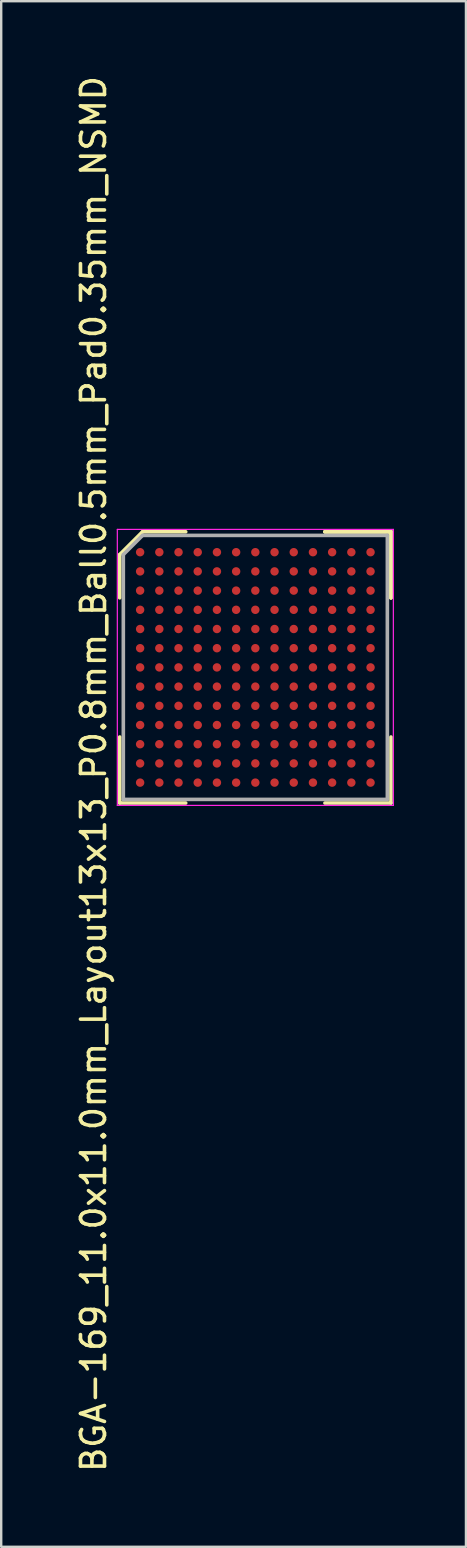
<source format=kicad_pcb>
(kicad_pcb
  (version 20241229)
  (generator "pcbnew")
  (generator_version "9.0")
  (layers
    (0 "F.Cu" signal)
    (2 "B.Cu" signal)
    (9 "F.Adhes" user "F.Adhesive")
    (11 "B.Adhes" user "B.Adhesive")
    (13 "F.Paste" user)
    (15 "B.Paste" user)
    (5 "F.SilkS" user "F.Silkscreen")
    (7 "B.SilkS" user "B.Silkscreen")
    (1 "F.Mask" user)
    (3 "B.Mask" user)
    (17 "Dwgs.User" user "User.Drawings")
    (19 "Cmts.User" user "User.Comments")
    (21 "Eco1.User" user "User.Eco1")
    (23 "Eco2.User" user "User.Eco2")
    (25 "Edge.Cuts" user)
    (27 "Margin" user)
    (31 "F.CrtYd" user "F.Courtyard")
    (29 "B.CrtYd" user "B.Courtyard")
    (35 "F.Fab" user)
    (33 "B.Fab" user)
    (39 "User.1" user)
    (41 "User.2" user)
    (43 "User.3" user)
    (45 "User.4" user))
  (footprint "BGA-169_11.0x11.0mm_Layout13x13_P0.8mm_Ball0.5mm_Pad0.35mm_NSMD"
    (layer "F.Cu")
    (at 7.588 24.756)
    (property "Reference" "BGA-169_11.0x11.0mm_Layout13x13_P0.8mm_Ball0.5mm_Pad0.35mm_NSMD" (at -6.74 4.44 270) (layer "F.SilkS") (effects (font (size 1 1) (thickness 0.15))))
    (attr smd)
    (fp_line (start -5.65 -4.7) (end -5.65 -2.9) (stroke (width 0.15) (type solid)) (layer "F.SilkS"))
    (fp_line (start -5.65 5.65) (end -5.65 2.9) (stroke (width 0.15) (type solid)) (layer "F.SilkS"))
    (fp_line (start -4.7 -5.65) (end -5.65 -4.7) (stroke (width 0.15) (type solid)) (layer "F.SilkS"))
    (fp_line (start -2.9 -5.65) (end -4.7 -5.65) (stroke (width 0.15) (type solid)) (layer "F.SilkS"))
    (fp_line (start -2.9 5.65) (end -5.65 5.65) (stroke (width 0.15) (type solid)) (layer "F.SilkS"))
    (fp_line (start 2.9 -5.65) (end 5.65 -5.65) (stroke (width 0.15) (type solid)) (layer "F.SilkS"))
    (fp_line (start 2.9 -5.65) (end 5.65 -5.65) (stroke (width 0.15) (type solid)) (layer "F.SilkS"))
    (fp_line (start 2.9 -5.65) (end 5.65 -5.65) (stroke (width 0.15) (type solid)) (layer "F.SilkS"))
    (fp_line (start 2.9 5.65) (end 5.65 5.65) (stroke (width 0.15) (type solid)) (layer "F.SilkS"))
    (fp_line (start 5.65 -5.65) (end 5.65 -2.9) (stroke (width 0.15) (type solid)) (layer "F.SilkS"))
    (fp_line (start 5.65 -5.65) (end 5.65 -2.9) (stroke (width 0.15) (type solid)) (layer "F.SilkS"))
    (fp_line (start 5.65 -5.65) (end 5.65 -2.9) (stroke (width 0.15) (type solid)) (layer "F.SilkS"))
    (fp_line (start 5.65 5.65) (end 5.65 2.9) (stroke (width 0.15) (type solid)) (layer "F.SilkS"))
    (fp_line (start -5.75 -5.75) (end 5.75 -5.75) (stroke (width 0.05) (type solid)) (layer "F.CrtYd"))
    (fp_line (start -5.75 5.75) (end -5.75 -5.75) (stroke (width 0.05) (type solid)) (layer "F.CrtYd"))
    (fp_line (start 5.75 -5.75) (end 5.75 5.75) (stroke (width 0.05) (type solid)) (layer "F.CrtYd"))
    (fp_line (start 5.75 5.75) (end -5.75 5.75) (stroke (width 0.05) (type solid)) (layer "F.CrtYd"))
    (fp_line (start -5.5 -4.7) (end -5.5 5.5) (stroke (width 0.15) (type solid)) (layer "F.Fab"))
    (fp_line (start -5.5 5.5) (end 5.5 5.5) (stroke (width 0.15) (type solid)) (layer "F.Fab"))
    (fp_line (start -4.7 -5.5) (end -5.5 -4.7) (stroke (width 0.15) (type solid)) (layer "F.Fab"))
    (fp_line (start 5.5 -5.5) (end -4.7 -5.5) (stroke (width 0.15) (type solid)) (layer "F.Fab"))
    (fp_line (start 5.5 5.5) (end 5.5 -5.5) (stroke (width 0.15) (type solid)) (layer "F.Fab"))
    (pad "A1" smd circle (at -4.8 -4.8) (size 0.35 0.35) (layers "F.Cu" "F.Mask" "F.Paste"))
    (pad "A2" smd circle (at -4 -4.8) (size 0.35 0.35) (layers "F.Cu" "F.Mask" "F.Paste"))
    (pad "A3" smd circle (at -3.2 -4.8) (size 0.35 0.35) (layers "F.Cu" "F.Mask" "F.Paste"))
    (pad "A4" smd circle (at -2.4 -4.8) (size 0.35 0.35) (layers "F.Cu" "F.Mask" "F.Paste"))
    (pad "A5" smd circle (at -1.6 -4.8) (size 0.35 0.35) (layers "F.Cu" "F.Mask" "F.Paste"))
    (pad "A6" smd circle (at -0.8 -4.8) (size 0.35 0.35) (layers "F.Cu" "F.Mask" "F.Paste"))
    (pad "A7" smd circle (at 0 -4.8) (size 0.35 0.35) (layers "F.Cu" "F.Mask" "F.Paste"))
    (pad "A8" smd circle (at 0.8 -4.8) (size 0.35 0.35) (layers "F.Cu" "F.Mask" "F.Paste"))
    (pad "A9" smd circle (at 1.6 -4.8) (size 0.35 0.35) (layers "F.Cu" "F.Mask" "F.Paste"))
    (pad "A10" smd circle (at 2.4 -4.8) (size 0.35 0.35) (layers "F.Cu" "F.Mask" "F.Paste"))
    (pad "A11" smd circle (at 3.2 -4.8) (size 0.35 0.35) (layers "F.Cu" "F.Mask" "F.Paste"))
    (pad "A12" smd circle (at 4 -4.8) (size 0.35 0.35) (layers "F.Cu" "F.Mask" "F.Paste"))
    (pad "A13" smd circle (at 4.8 -4.8) (size 0.35 0.35) (layers "F.Cu" "F.Mask" "F.Paste"))
    (pad "B1" smd circle (at -4.8 -4) (size 0.35 0.35) (layers "F.Cu" "F.Mask" "F.Paste"))
    (pad "B2" smd circle (at -4 -4) (size 0.35 0.35) (layers "F.Cu" "F.Mask" "F.Paste"))
    (pad "B3" smd circle (at -3.2 -4) (size 0.35 0.35) (layers "F.Cu" "F.Mask" "F.Paste"))
    (pad "B4" smd circle (at -2.4 -4) (size 0.35 0.35) (layers "F.Cu" "F.Mask" "F.Paste"))
    (pad "B5" smd circle (at -1.6 -4) (size 0.35 0.35) (layers "F.Cu" "F.Mask" "F.Paste"))
    (pad "B6" smd circle (at -0.8 -4) (size 0.35 0.35) (layers "F.Cu" "F.Mask" "F.Paste"))
    (pad "B7" smd circle (at 0 -4) (size 0.35 0.35) (layers "F.Cu" "F.Mask" "F.Paste"))
    (pad "B8" smd circle (at 0.8 -4) (size 0.35 0.35) (layers "F.Cu" "F.Mask" "F.Paste"))
    (pad "B9" smd circle (at 1.6 -4) (size 0.35 0.35) (layers "F.Cu" "F.Mask" "F.Paste"))
    (pad "B10" smd circle (at 2.4 -4) (size 0.35 0.35) (layers "F.Cu" "F.Mask" "F.Paste"))
    (pad "B11" smd circle (at 3.2 -4) (size 0.35 0.35) (layers "F.Cu" "F.Mask" "F.Paste"))
    (pad "B12" smd circle (at 4 -4) (size 0.35 0.35) (layers "F.Cu" "F.Mask" "F.Paste"))
    (pad "B13" smd circle (at 4.8 -4) (size 0.35 0.35) (layers "F.Cu" "F.Mask" "F.Paste"))
    (pad "C1" smd circle (at -4.8 -3.2) (size 0.35 0.35) (layers "F.Cu" "F.Mask" "F.Paste"))
    (pad "C2" smd circle (at -4 -3.2) (size 0.35 0.35) (layers "F.Cu" "F.Mask" "F.Paste"))
    (pad "C3" smd circle (at -3.2 -3.2) (size 0.35 0.35) (layers "F.Cu" "F.Mask" "F.Paste"))
    (pad "C4" smd circle (at -2.4 -3.2) (size 0.35 0.35) (layers "F.Cu" "F.Mask" "F.Paste"))
    (pad "C5" smd circle (at -1.6 -3.2) (size 0.35 0.35) (layers "F.Cu" "F.Mask" "F.Paste"))
    (pad "C6" smd circle (at -0.8 -3.2) (size 0.35 0.35) (layers "F.Cu" "F.Mask" "F.Paste"))
    (pad "C7" smd circle (at 0 -3.2) (size 0.35 0.35) (layers "F.Cu" "F.Mask" "F.Paste"))
    (pad "C8" smd circle (at 0.8 -3.2) (size 0.35 0.35) (layers "F.Cu" "F.Mask" "F.Paste"))
    (pad "C9" smd circle (at 1.6 -3.2) (size 0.35 0.35) (layers "F.Cu" "F.Mask" "F.Paste"))
    (pad "C10" smd circle (at 2.4 -3.2) (size 0.35 0.35) (layers "F.Cu" "F.Mask" "F.Paste"))
    (pad "C11" smd circle (at 3.2 -3.2) (size 0.35 0.35) (layers "F.Cu" "F.Mask" "F.Paste"))
    (pad "C12" smd circle (at 4 -3.2) (size 0.35 0.35) (layers "F.Cu" "F.Mask" "F.Paste"))
    (pad "C13" smd circle (at 4.8 -3.2) (size 0.35 0.35) (layers "F.Cu" "F.Mask" "F.Paste"))
    (pad "D1" smd circle (at -4.8 -2.4) (size 0.35 0.35) (layers "F.Cu" "F.Mask" "F.Paste"))
    (pad "D2" smd circle (at -4 -2.4) (size 0.35 0.35) (layers "F.Cu" "F.Mask" "F.Paste"))
    (pad "D3" smd circle (at -3.2 -2.4) (size 0.35 0.35) (layers "F.Cu" "F.Mask" "F.Paste"))
    (pad "D4" smd circle (at -2.4 -2.4) (size 0.35 0.35) (layers "F.Cu" "F.Mask" "F.Paste"))
    (pad "D5" smd circle (at -1.6 -2.4) (size 0.35 0.35) (layers "F.Cu" "F.Mask" "F.Paste"))
    (pad "D6" smd circle (at -0.8 -2.4) (size 0.35 0.35) (layers "F.Cu" "F.Mask" "F.Paste"))
    (pad "D7" smd circle (at 0 -2.4) (size 0.35 0.35) (layers "F.Cu" "F.Mask" "F.Paste"))
    (pad "D8" smd circle (at 0.8 -2.4) (size 0.35 0.35) (layers "F.Cu" "F.Mask" "F.Paste"))
    (pad "D9" smd circle (at 1.6 -2.4) (size 0.35 0.35) (layers "F.Cu" "F.Mask" "F.Paste"))
    (pad "D10" smd circle (at 2.4 -2.4) (size 0.35 0.35) (layers "F.Cu" "F.Mask" "F.Paste"))
    (pad "D11" smd circle (at 3.2 -2.4) (size 0.35 0.35) (layers "F.Cu" "F.Mask" "F.Paste"))
    (pad "D12" smd circle (at 4 -2.4) (size 0.35 0.35) (layers "F.Cu" "F.Mask" "F.Paste"))
    (pad "D13" smd circle (at 4.8 -2.4) (size 0.35 0.35) (layers "F.Cu" "F.Mask" "F.Paste"))
    (pad "E1" smd circle (at -4.8 -1.6) (size 0.35 0.35) (layers "F.Cu" "F.Mask" "F.Paste"))
    (pad "E2" smd circle (at -4 -1.6) (size 0.35 0.35) (layers "F.Cu" "F.Mask" "F.Paste"))
    (pad "E3" smd circle (at -3.2 -1.6) (size 0.35 0.35) (layers "F.Cu" "F.Mask" "F.Paste"))
    (pad "E4" smd circle (at -2.4 -1.6) (size 0.35 0.35) (layers "F.Cu" "F.Mask" "F.Paste"))
    (pad "E5" smd circle (at -1.6 -1.6) (size 0.35 0.35) (layers "F.Cu" "F.Mask" "F.Paste"))
    (pad "E6" smd circle (at -0.8 -1.6) (size 0.35 0.35) (layers "F.Cu" "F.Mask" "F.Paste"))
    (pad "E7" smd circle (at 0 -1.6) (size 0.35 0.35) (layers "F.Cu" "F.Mask" "F.Paste"))
    (pad "E8" smd circle (at 0.8 -1.6) (size 0.35 0.35) (layers "F.Cu" "F.Mask" "F.Paste"))
    (pad "E9" smd circle (at 1.6 -1.6) (size 0.35 0.35) (layers "F.Cu" "F.Mask" "F.Paste"))
    (pad "E10" smd circle (at 2.4 -1.6) (size 0.35 0.35) (layers "F.Cu" "F.Mask" "F.Paste"))
    (pad "E11" smd circle (at 3.2 -1.6) (size 0.35 0.35) (layers "F.Cu" "F.Mask" "F.Paste"))
    (pad "E12" smd circle (at 4 -1.6) (size 0.35 0.35) (layers "F.Cu" "F.Mask" "F.Paste"))
    (pad "E13" smd circle (at 4.8 -1.6) (size 0.35 0.35) (layers "F.Cu" "F.Mask" "F.Paste"))
    (pad "F1" smd circle (at -4.8 -0.8) (size 0.35 0.35) (layers "F.Cu" "F.Mask" "F.Paste"))
    (pad "F2" smd circle (at -4 -0.8) (size 0.35 0.35) (layers "F.Cu" "F.Mask" "F.Paste"))
    (pad "F3" smd circle (at -3.2 -0.8) (size 0.35 0.35) (layers "F.Cu" "F.Mask" "F.Paste"))
    (pad "F4" smd circle (at -2.4 -0.8) (size 0.35 0.35) (layers "F.Cu" "F.Mask" "F.Paste"))
    (pad "F5" smd circle (at -1.6 -0.8) (size 0.35 0.35) (layers "F.Cu" "F.Mask" "F.Paste"))
    (pad "F6" smd circle (at -0.8 -0.8) (size 0.35 0.35) (layers "F.Cu" "F.Mask" "F.Paste"))
    (pad "F7" smd circle (at 0 -0.8) (size 0.35 0.35) (layers "F.Cu" "F.Mask" "F.Paste"))
    (pad "F8" smd circle (at 0.8 -0.8) (size 0.35 0.35) (layers "F.Cu" "F.Mask" "F.Paste"))
    (pad "F9" smd circle (at 1.6 -0.8) (size 0.35 0.35) (layers "F.Cu" "F.Mask" "F.Paste"))
    (pad "F10" smd circle (at 2.4 -0.8) (size 0.35 0.35) (layers "F.Cu" "F.Mask" "F.Paste"))
    (pad "F11" smd circle (at 3.2 -0.8) (size 0.35 0.35) (layers "F.Cu" "F.Mask" "F.Paste"))
    (pad "F12" smd circle (at 4 -0.8) (size 0.35 0.35) (layers "F.Cu" "F.Mask" "F.Paste"))
    (pad "F13" smd circle (at 4.8 -0.8) (size 0.35 0.35) (layers "F.Cu" "F.Mask" "F.Paste"))
    (pad "G1" smd circle (at -4.8 0) (size 0.35 0.35) (layers "F.Cu" "F.Mask" "F.Paste"))
    (pad "G2" smd circle (at -4 0) (size 0.35 0.35) (layers "F.Cu" "F.Mask" "F.Paste"))
    (pad "G3" smd circle (at -3.2 0) (size 0.35 0.35) (layers "F.Cu" "F.Mask" "F.Paste"))
    (pad "G4" smd circle (at -2.4 0) (size 0.35 0.35) (layers "F.Cu" "F.Mask" "F.Paste"))
    (pad "G5" smd circle (at -1.6 0) (size 0.35 0.35) (layers "F.Cu" "F.Mask" "F.Paste"))
    (pad "G6" smd circle (at -0.8 0) (size 0.35 0.35) (layers "F.Cu" "F.Mask" "F.Paste"))
    (pad "G7" smd circle (at 0 0) (size 0.35 0.35) (layers "F.Cu" "F.Mask" "F.Paste"))
    (pad "G8" smd circle (at 0.8 0) (size 0.35 0.35) (layers "F.Cu" "F.Mask" "F.Paste"))
    (pad "G9" smd circle (at 1.6 0) (size 0.35 0.35) (layers "F.Cu" "F.Mask" "F.Paste"))
    (pad "G10" smd circle (at 2.4 0) (size 0.35 0.35) (layers "F.Cu" "F.Mask" "F.Paste"))
    (pad "G11" smd circle (at 3.2 0) (size 0.35 0.35) (layers "F.Cu" "F.Mask" "F.Paste"))
    (pad "G12" smd circle (at 4 0) (size 0.35 0.35) (layers "F.Cu" "F.Mask" "F.Paste"))
    (pad "G13" smd circle (at 4.8 0) (size 0.35 0.35) (layers "F.Cu" "F.Mask" "F.Paste"))
    (pad "H1" smd circle (at -4.8 0.8) (size 0.35 0.35) (layers "F.Cu" "F.Mask" "F.Paste"))
    (pad "H2" smd circle (at -4 0.8) (size 0.35 0.35) (layers "F.Cu" "F.Mask" "F.Paste"))
    (pad "H3" smd circle (at -3.2 0.8) (size 0.35 0.35) (layers "F.Cu" "F.Mask" "F.Paste"))
    (pad "H4" smd circle (at -2.4 0.8) (size 0.35 0.35) (layers "F.Cu" "F.Mask" "F.Paste"))
    (pad "H5" smd circle (at -1.6 0.8) (size 0.35 0.35) (layers "F.Cu" "F.Mask" "F.Paste"))
    (pad "H6" smd circle (at -0.8 0.8) (size 0.35 0.35) (layers "F.Cu" "F.Mask" "F.Paste"))
    (pad "H7" smd circle (at 0 0.8) (size 0.35 0.35) (layers "F.Cu" "F.Mask" "F.Paste"))
    (pad "H8" smd circle (at 0.8 0.8) (size 0.35 0.35) (layers "F.Cu" "F.Mask" "F.Paste"))
    (pad "H9" smd circle (at 1.6 0.8) (size 0.35 0.35) (layers "F.Cu" "F.Mask" "F.Paste"))
    (pad "H10" smd circle (at 2.4 0.8) (size 0.35 0.35) (layers "F.Cu" "F.Mask" "F.Paste"))
    (pad "H11" smd circle (at 3.2 0.8) (size 0.35 0.35) (layers "F.Cu" "F.Mask" "F.Paste"))
    (pad "H12" smd circle (at 4 0.8) (size 0.35 0.35) (layers "F.Cu" "F.Mask" "F.Paste"))
    (pad "H13" smd circle (at 4.8 0.8) (size 0.35 0.35) (layers "F.Cu" "F.Mask" "F.Paste"))
    (pad "J1" smd circle (at -4.8 1.6) (size 0.35 0.35) (layers "F.Cu" "F.Mask" "F.Paste"))
    (pad "J2" smd circle (at -4 1.6) (size 0.35 0.35) (layers "F.Cu" "F.Mask" "F.Paste"))
    (pad "J3" smd circle (at -3.2 1.6) (size 0.35 0.35) (layers "F.Cu" "F.Mask" "F.Paste"))
    (pad "J4" smd circle (at -2.4 1.6) (size 0.35 0.35) (layers "F.Cu" "F.Mask" "F.Paste"))
    (pad "J5" smd circle (at -1.6 1.6) (size 0.35 0.35) (layers "F.Cu" "F.Mask" "F.Paste"))
    (pad "J6" smd circle (at -0.8 1.6) (size 0.35 0.35) (layers "F.Cu" "F.Mask" "F.Paste"))
    (pad "J7" smd circle (at 0 1.6) (size 0.35 0.35) (layers "F.Cu" "F.Mask" "F.Paste"))
    (pad "J8" smd circle (at 0.8 1.6) (size 0.35 0.35) (layers "F.Cu" "F.Mask" "F.Paste"))
    (pad "J9" smd circle (at 1.6 1.6) (size 0.35 0.35) (layers "F.Cu" "F.Mask" "F.Paste"))
    (pad "J10" smd circle (at 2.4 1.6) (size 0.35 0.35) (layers "F.Cu" "F.Mask" "F.Paste"))
    (pad "J11" smd circle (at 3.2 1.6) (size 0.35 0.35) (layers "F.Cu" "F.Mask" "F.Paste"))
    (pad "J12" smd circle (at 4 1.6) (size 0.35 0.35) (layers "F.Cu" "F.Mask" "F.Paste"))
    (pad "J13" smd circle (at 4.8 1.6) (size 0.35 0.35) (layers "F.Cu" "F.Mask" "F.Paste"))
    (pad "K1" smd circle (at -4.8 2.4) (size 0.35 0.35) (layers "F.Cu" "F.Mask" "F.Paste"))
    (pad "K2" smd circle (at -4 2.4) (size 0.35 0.35) (layers "F.Cu" "F.Mask" "F.Paste"))
    (pad "K3" smd circle (at -3.2 2.4) (size 0.35 0.35) (layers "F.Cu" "F.Mask" "F.Paste"))
    (pad "K4" smd circle (at -2.4 2.4) (size 0.35 0.35) (layers "F.Cu" "F.Mask" "F.Paste"))
    (pad "K5" smd circle (at -1.6 2.4) (size 0.35 0.35) (layers "F.Cu" "F.Mask" "F.Paste"))
    (pad "K6" smd circle (at -0.8 2.4) (size 0.35 0.35) (layers "F.Cu" "F.Mask" "F.Paste"))
    (pad "K7" smd circle (at 0 2.4) (size 0.35 0.35) (layers "F.Cu" "F.Mask" "F.Paste"))
    (pad "K8" smd circle (at 0.8 2.4) (size 0.35 0.35) (layers "F.Cu" "F.Mask" "F.Paste"))
    (pad "K9" smd circle (at 1.6 2.4) (size 0.35 0.35) (layers "F.Cu" "F.Mask" "F.Paste"))
    (pad "K10" smd circle (at 2.4 2.4) (size 0.35 0.35) (layers "F.Cu" "F.Mask" "F.Paste"))
    (pad "K11" smd circle (at 3.2 2.4) (size 0.35 0.35) (layers "F.Cu" "F.Mask" "F.Paste"))
    (pad "K12" smd circle (at 4 2.4) (size 0.35 0.35) (layers "F.Cu" "F.Mask" "F.Paste"))
    (pad "K13" smd circle (at 4.8 2.4) (size 0.35 0.35) (layers "F.Cu" "F.Mask" "F.Paste"))
    (pad "L1" smd circle (at -4.8 3.2) (size 0.35 0.35) (layers "F.Cu" "F.Mask" "F.Paste"))
    (pad "L2" smd circle (at -4 3.2) (size 0.35 0.35) (layers "F.Cu" "F.Mask" "F.Paste"))
    (pad "L3" smd circle (at -3.2 3.2) (size 0.35 0.35) (layers "F.Cu" "F.Mask" "F.Paste"))
    (pad "L4" smd circle (at -2.4 3.2) (size 0.35 0.35) (layers "F.Cu" "F.Mask" "F.Paste"))
    (pad "L5" smd circle (at -1.6 3.2) (size 0.35 0.35) (layers "F.Cu" "F.Mask" "F.Paste"))
    (pad "L6" smd circle (at -0.8 3.2) (size 0.35 0.35) (layers "F.Cu" "F.Mask" "F.Paste"))
    (pad "L7" smd circle (at 0 3.2) (size 0.35 0.35) (layers "F.Cu" "F.Mask" "F.Paste"))
    (pad "L8" smd circle (at 0.8 3.2) (size 0.35 0.35) (layers "F.Cu" "F.Mask" "F.Paste"))
    (pad "L9" smd circle (at 1.6 3.2) (size 0.35 0.35) (layers "F.Cu" "F.Mask" "F.Paste"))
    (pad "L10" smd circle (at 2.4 3.2) (size 0.35 0.35) (layers "F.Cu" "F.Mask" "F.Paste"))
    (pad "L11" smd circle (at 3.2 3.2) (size 0.35 0.35) (layers "F.Cu" "F.Mask" "F.Paste"))
    (pad "L12" smd circle (at 4 3.2) (size 0.35 0.35) (layers "F.Cu" "F.Mask" "F.Paste"))
    (pad "L13" smd circle (at 4.8 3.2) (size 0.35 0.35) (layers "F.Cu" "F.Mask" "F.Paste"))
    (pad "M1" smd circle (at -4.8 4) (size 0.35 0.35) (layers "F.Cu" "F.Mask" "F.Paste"))
    (pad "M2" smd circle (at -4 4) (size 0.35 0.35) (layers "F.Cu" "F.Mask" "F.Paste"))
    (pad "M3" smd circle (at -3.2 4) (size 0.35 0.35) (layers "F.Cu" "F.Mask" "F.Paste"))
    (pad "M4" smd circle (at -2.4 4) (size 0.35 0.35) (layers "F.Cu" "F.Mask" "F.Paste"))
    (pad "M5" smd circle (at -1.6 4) (size 0.35 0.35) (layers "F.Cu" "F.Mask" "F.Paste"))
    (pad "M6" smd circle (at -0.8 4) (size 0.35 0.35) (layers "F.Cu" "F.Mask" "F.Paste"))
    (pad "M7" smd circle (at 0 4) (size 0.35 0.35) (layers "F.Cu" "F.Mask" "F.Paste"))
    (pad "M8" smd circle (at 0.8 4) (size 0.35 0.35) (layers "F.Cu" "F.Mask" "F.Paste"))
    (pad "M9" smd circle (at 1.6 4) (size 0.35 0.35) (layers "F.Cu" "F.Mask" "F.Paste"))
    (pad "M10" smd circle (at 2.4 4) (size 0.35 0.35) (layers "F.Cu" "F.Mask" "F.Paste"))
    (pad "M11" smd circle (at 3.2 4) (size 0.35 0.35) (layers "F.Cu" "F.Mask" "F.Paste"))
    (pad "M12" smd circle (at 4 4) (size 0.35 0.35) (layers "F.Cu" "F.Mask" "F.Paste"))
    (pad "M13" smd circle (at 4.8 4) (size 0.35 0.35) (layers "F.Cu" "F.Mask" "F.Paste"))
    (pad "N1" smd circle (at -4.8 4.8) (size 0.35 0.35) (layers "F.Cu" "F.Mask" "F.Paste"))
    (pad "N2" smd circle (at -4 4.8) (size 0.35 0.35) (layers "F.Cu" "F.Mask" "F.Paste"))
    (pad "N3" smd circle (at -3.2 4.8) (size 0.35 0.35) (layers "F.Cu" "F.Mask" "F.Paste"))
    (pad "N4" smd circle (at -2.4 4.8) (size 0.35 0.35) (layers "F.Cu" "F.Mask" "F.Paste"))
    (pad "N5" smd circle (at -1.6 4.8) (size 0.35 0.35) (layers "F.Cu" "F.Mask" "F.Paste"))
    (pad "N6" smd circle (at -0.8 4.8) (size 0.35 0.35) (layers "F.Cu" "F.Mask" "F.Paste"))
    (pad "N7" smd circle (at 0 4.8) (size 0.35 0.35) (layers "F.Cu" "F.Mask" "F.Paste"))
    (pad "N8" smd circle (at 0.8 4.8) (size 0.35 0.35) (layers "F.Cu" "F.Mask" "F.Paste"))
    (pad "N9" smd circle (at 1.6 4.8) (size 0.35 0.35) (layers "F.Cu" "F.Mask" "F.Paste"))
    (pad "N10" smd circle (at 2.4 4.8) (size 0.35 0.35) (layers "F.Cu" "F.Mask" "F.Paste"))
    (pad "N11" smd circle (at 3.2 4.8) (size 0.35 0.35) (layers "F.Cu" "F.Mask" "F.Paste"))
    (pad "N12" smd circle (at 4 4.8) (size 0.35 0.35) (layers "F.Cu" "F.Mask" "F.Paste"))
    (pad "N13" smd circle (at 4.8 4.8) (size 0.35 0.35) (layers "F.Cu" "F.Mask" "F.Paste")))
  (gr_rect
    (start -3 -3)
    (end 16.363 61.393)
    (stroke (width 0.1) (type default))
    (fill no)
    (layer "Edge.Cuts")))
</source>
